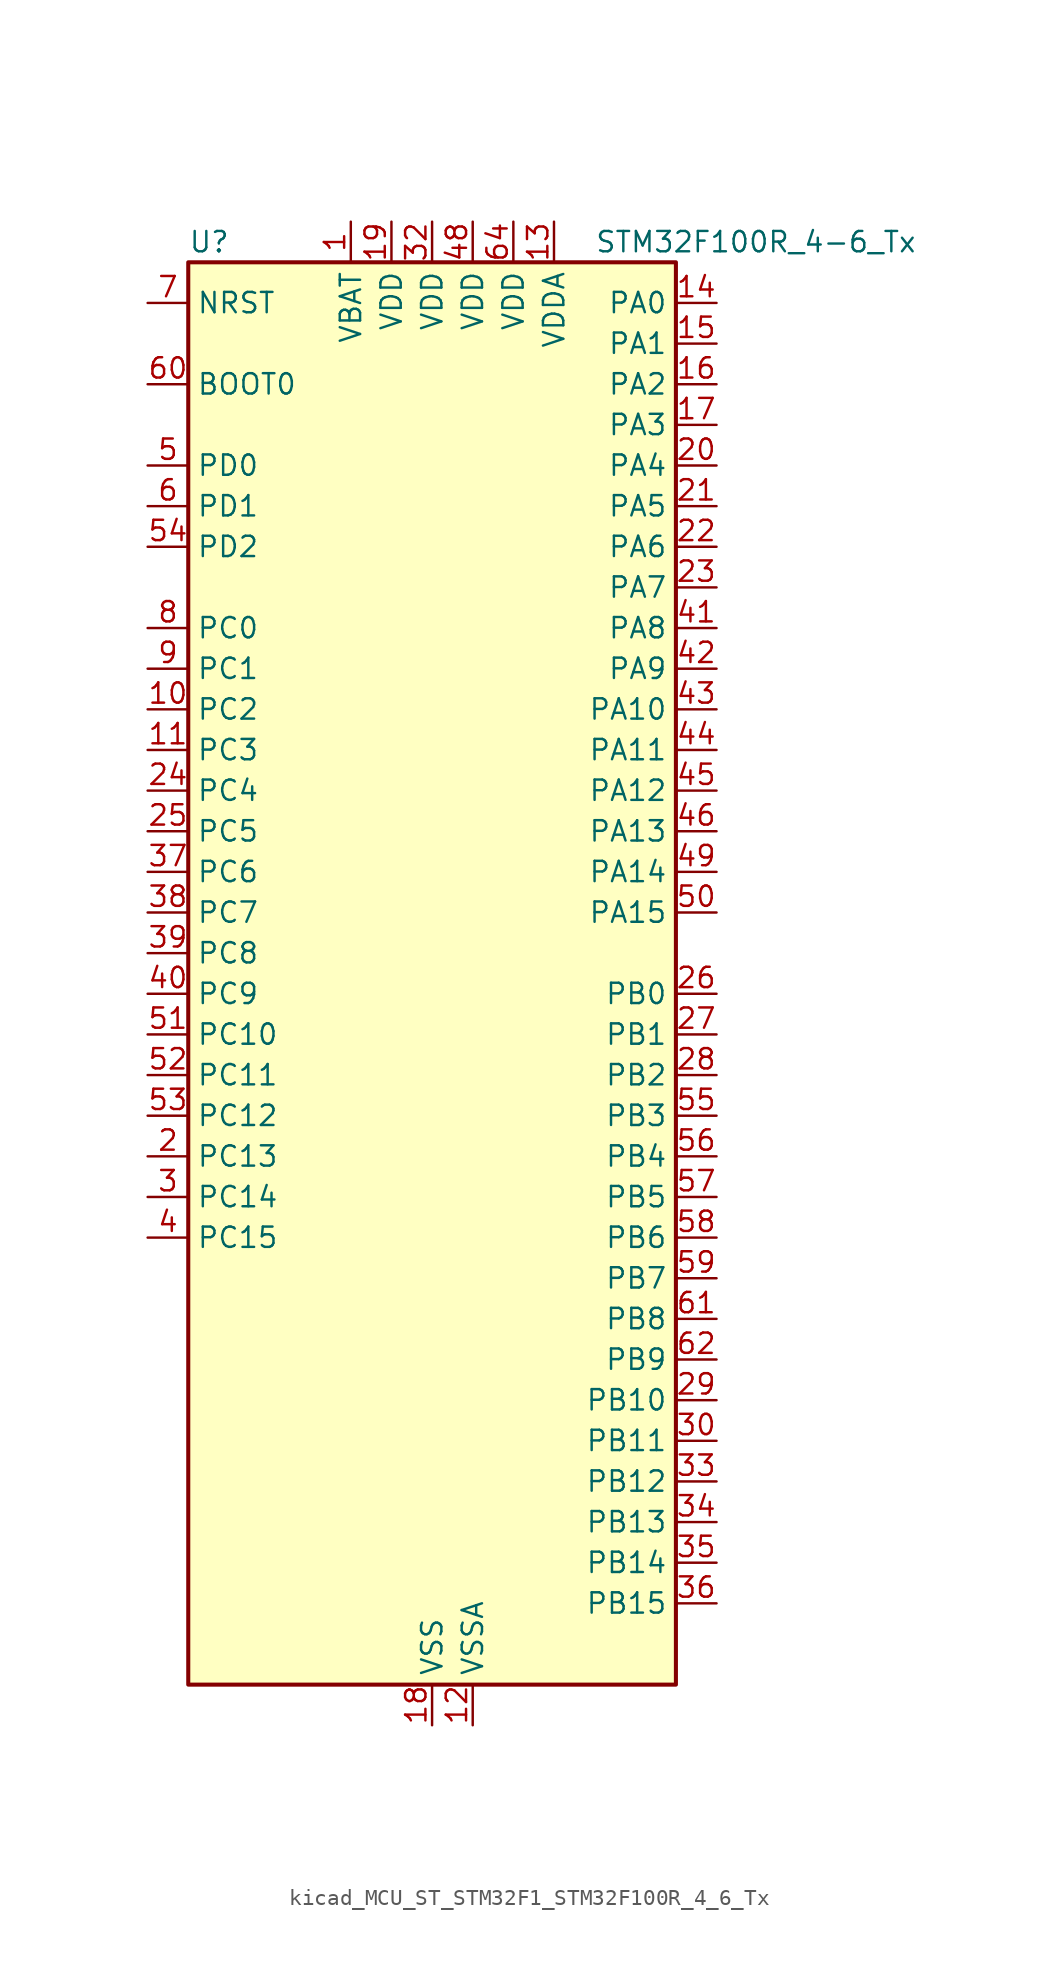
<source format=kicad_sym>
(kicad_symbol_lib
  (version 20220914)
  (generator kicad_symbol_editor)
  (symbol "kicad_MCU_ST_STM32F1_STM32F100R_4_6_Tx"
    (property "Reference" "U"
      (at -15.24 46.99 0)
      (effects (font (size 1.27 1.27)) (justify left)))
    (property "Value" "STM32F100R_4-6_Tx"
      (at 10.16 46.99 0)
      (effects (font (size 1.27 1.27)) (justify left)))
    (property "ki_locked" ""
      (at 0 0 0)
      (effects (font (size 1.27 1.27))))
    (symbol "kicad_MCU_ST_STM32F1_STM32F100R_4_6_Tx_0_1"
      (rectangle (start -15.24 -43.18) (end 15.24 45.72) (stroke (width 0.254) (type default)) (fill (type background))))
    (symbol "kicad_MCU_ST_STM32F1_STM32F100R_4_6_Tx_1_1"
      (pin power_in line (at -5.08 48.26 270) (length 2.54) (name "VBAT" (effects (font (size 1.27 1.27)))) (number "1" (effects (font (size 1.27 1.27)))))
      (pin bidirectional line (at -17.78 17.78 0) (length 2.54) (name "PC2" (effects (font (size 1.27 1.27)))) (number "10" (effects (font (size 1.27 1.27)))) (alternate "ADC1_IN12" bidirectional line))
      (pin bidirectional line (at -17.78 15.24 0) (length 2.54) (name "PC3" (effects (font (size 1.27 1.27)))) (number "11" (effects (font (size 1.27 1.27)))) (alternate "ADC1_IN13" bidirectional line))
      (pin power_in line (at 2.54 -45.72 90) (length 2.54) (name "VSSA" (effects (font (size 1.27 1.27)))) (number "12" (effects (font (size 1.27 1.27)))))
      (pin power_in line (at 7.62 48.26 270) (length 2.54) (name "VDDA" (effects (font (size 1.27 1.27)))) (number "13" (effects (font (size 1.27 1.27)))))
      (pin bidirectional line (at 17.78 43.18 180) (length 2.54) (name "PA0" (effects (font (size 1.27 1.27)))) (number "14" (effects (font (size 1.27 1.27)))) (alternate "ADC1_IN0" bidirectional line) (alternate "SYS_WKUP" bidirectional line) (alternate "TIM2_CH1" bidirectional line) (alternate "TIM2_ETR" bidirectional line) (alternate "USART2_CTS" bidirectional line))
      (pin bidirectional line (at 17.78 40.64 180) (length 2.54) (name "PA1" (effects (font (size 1.27 1.27)))) (number "15" (effects (font (size 1.27 1.27)))) (alternate "ADC1_IN1" bidirectional line) (alternate "TIM2_CH2" bidirectional line) (alternate "USART2_RTS" bidirectional line))
      (pin bidirectional line (at 17.78 38.1 180) (length 2.54) (name "PA2" (effects (font (size 1.27 1.27)))) (number "16" (effects (font (size 1.27 1.27)))) (alternate "ADC1_IN2" bidirectional line) (alternate "TIM15_CH1" bidirectional line) (alternate "TIM2_CH3" bidirectional line) (alternate "USART2_TX" bidirectional line))
      (pin bidirectional line (at 17.78 35.56 180) (length 2.54) (name "PA3" (effects (font (size 1.27 1.27)))) (number "17" (effects (font (size 1.27 1.27)))) (alternate "ADC1_IN3" bidirectional line) (alternate "TIM15_CH2" bidirectional line) (alternate "TIM2_CH4" bidirectional line) (alternate "USART2_RX" bidirectional line))
      (pin power_in line (at 0 -45.72 90) (length 2.54) (name "VSS" (effects (font (size 1.27 1.27)))) (number "18" (effects (font (size 1.27 1.27)))))
      (pin power_in line (at -2.54 48.26 270) (length 2.54) (name "VDD" (effects (font (size 1.27 1.27)))) (number "19" (effects (font (size 1.27 1.27)))))
      (pin bidirectional line (at -17.78 -10.16 0) (length 2.54) (name "PC13" (effects (font (size 1.27 1.27)))) (number "2" (effects (font (size 1.27 1.27)))) (alternate "RTC_OUT" bidirectional line) (alternate "RTC_TAMPER" bidirectional line))
      (pin bidirectional line (at 17.78 33.02 180) (length 2.54) (name "PA4" (effects (font (size 1.27 1.27)))) (number "20" (effects (font (size 1.27 1.27)))) (alternate "ADC1_IN4" bidirectional line) (alternate "DAC_OUT1" bidirectional line) (alternate "SPI1_NSS" bidirectional line) (alternate "USART2_CK" bidirectional line))
      (pin bidirectional line (at 17.78 30.48 180) (length 2.54) (name "PA5" (effects (font (size 1.27 1.27)))) (number "21" (effects (font (size 1.27 1.27)))) (alternate "ADC1_IN5" bidirectional line) (alternate "DAC_OUT2" bidirectional line) (alternate "SPI1_SCK" bidirectional line))
      (pin bidirectional line (at 17.78 27.94 180) (length 2.54) (name "PA6" (effects (font (size 1.27 1.27)))) (number "22" (effects (font (size 1.27 1.27)))) (alternate "ADC1_IN6" bidirectional line) (alternate "SPI1_MISO" bidirectional line) (alternate "TIM16_CH1" bidirectional line) (alternate "TIM1_BKIN" bidirectional line) (alternate "TIM3_CH1" bidirectional line))
      (pin bidirectional line (at 17.78 25.4 180) (length 2.54) (name "PA7" (effects (font (size 1.27 1.27)))) (number "23" (effects (font (size 1.27 1.27)))) (alternate "ADC1_IN7" bidirectional line) (alternate "SPI1_MOSI" bidirectional line) (alternate "TIM17_CH1" bidirectional line) (alternate "TIM1_CH1N" bidirectional line) (alternate "TIM3_CH2" bidirectional line))
      (pin bidirectional line (at -17.78 12.7 0) (length 2.54) (name "PC4" (effects (font (size 1.27 1.27)))) (number "24" (effects (font (size 1.27 1.27)))) (alternate "ADC1_IN14" bidirectional line))
      (pin bidirectional line (at -17.78 10.16 0) (length 2.54) (name "PC5" (effects (font (size 1.27 1.27)))) (number "25" (effects (font (size 1.27 1.27)))) (alternate "ADC1_IN15" bidirectional line))
      (pin bidirectional line (at 17.78 0 180) (length 2.54) (name "PB0" (effects (font (size 1.27 1.27)))) (number "26" (effects (font (size 1.27 1.27)))) (alternate "ADC1_IN8" bidirectional line) (alternate "TIM1_CH2N" bidirectional line) (alternate "TIM3_CH3" bidirectional line))
      (pin bidirectional line (at 17.78 -2.54 180) (length 2.54) (name "PB1" (effects (font (size 1.27 1.27)))) (number "27" (effects (font (size 1.27 1.27)))) (alternate "ADC1_IN9" bidirectional line) (alternate "TIM1_CH3N" bidirectional line) (alternate "TIM3_CH4" bidirectional line))
      (pin bidirectional line (at 17.78 -5.08 180) (length 2.54) (name "PB2" (effects (font (size 1.27 1.27)))) (number "28" (effects (font (size 1.27 1.27)))))
      (pin bidirectional line (at 17.78 -25.4 180) (length 2.54) (name "PB10" (effects (font (size 1.27 1.27)))) (number "29" (effects (font (size 1.27 1.27)))) (alternate "CEC" bidirectional line) (alternate "TIM2_CH3" bidirectional line))
      (pin bidirectional line (at -17.78 -12.7 0) (length 2.54) (name "PC14" (effects (font (size 1.27 1.27)))) (number "3" (effects (font (size 1.27 1.27)))) (alternate "RCC_OSC32_IN" bidirectional line))
      (pin bidirectional line (at 17.78 -27.94 180) (length 2.54) (name "PB11" (effects (font (size 1.27 1.27)))) (number "30" (effects (font (size 1.27 1.27)))) (alternate "ADC1_EXTI11" bidirectional line) (alternate "TIM2_CH4" bidirectional line))
      (pin passive line (at 0 -45.72 90) (length 2.54) hide (name "VSS" (effects (font (size 1.27 1.27)))) (number "31" (effects (font (size 1.27 1.27)))))
      (pin power_in line (at 0 48.26 270) (length 2.54) (name "VDD" (effects (font (size 1.27 1.27)))) (number "32" (effects (font (size 1.27 1.27)))))
      (pin bidirectional line (at 17.78 -30.48 180) (length 2.54) (name "PB12" (effects (font (size 1.27 1.27)))) (number "33" (effects (font (size 1.27 1.27)))) (alternate "TIM1_BKIN" bidirectional line))
      (pin bidirectional line (at 17.78 -33.02 180) (length 2.54) (name "PB13" (effects (font (size 1.27 1.27)))) (number "34" (effects (font (size 1.27 1.27)))) (alternate "TIM1_CH1N" bidirectional line))
      (pin bidirectional line (at 17.78 -35.56 180) (length 2.54) (name "PB14" (effects (font (size 1.27 1.27)))) (number "35" (effects (font (size 1.27 1.27)))) (alternate "TIM15_CH1" bidirectional line) (alternate "TIM1_CH2N" bidirectional line))
      (pin bidirectional line (at 17.78 -38.1 180) (length 2.54) (name "PB15" (effects (font (size 1.27 1.27)))) (number "36" (effects (font (size 1.27 1.27)))) (alternate "ADC1_EXTI15" bidirectional line) (alternate "TIM15_CH1N" bidirectional line) (alternate "TIM15_CH2" bidirectional line) (alternate "TIM1_CH3N" bidirectional line))
      (pin bidirectional line (at -17.78 7.62 0) (length 2.54) (name "PC6" (effects (font (size 1.27 1.27)))) (number "37" (effects (font (size 1.27 1.27)))) (alternate "TIM3_CH1" bidirectional line))
      (pin bidirectional line (at -17.78 5.08 0) (length 2.54) (name "PC7" (effects (font (size 1.27 1.27)))) (number "38" (effects (font (size 1.27 1.27)))) (alternate "TIM3_CH2" bidirectional line))
      (pin bidirectional line (at -17.78 2.54 0) (length 2.54) (name "PC8" (effects (font (size 1.27 1.27)))) (number "39" (effects (font (size 1.27 1.27)))) (alternate "TIM3_CH3" bidirectional line))
      (pin bidirectional line (at -17.78 -15.24 0) (length 2.54) (name "PC15" (effects (font (size 1.27 1.27)))) (number "4" (effects (font (size 1.27 1.27)))) (alternate "ADC1_EXTI15" bidirectional line) (alternate "RCC_OSC32_OUT" bidirectional line))
      (pin bidirectional line (at -17.78 0 0) (length 2.54) (name "PC9" (effects (font (size 1.27 1.27)))) (number "40" (effects (font (size 1.27 1.27)))) (alternate "DAC_EXTI9" bidirectional line) (alternate "TIM3_CH4" bidirectional line))
      (pin bidirectional line (at 17.78 22.86 180) (length 2.54) (name "PA8" (effects (font (size 1.27 1.27)))) (number "41" (effects (font (size 1.27 1.27)))) (alternate "RCC_MCO" bidirectional line) (alternate "TIM1_CH1" bidirectional line) (alternate "USART1_CK" bidirectional line))
      (pin bidirectional line (at 17.78 20.32 180) (length 2.54) (name "PA9" (effects (font (size 1.27 1.27)))) (number "42" (effects (font (size 1.27 1.27)))) (alternate "DAC_EXTI9" bidirectional line) (alternate "TIM15_BKIN" bidirectional line) (alternate "TIM1_CH2" bidirectional line) (alternate "USART1_TX" bidirectional line))
      (pin bidirectional line (at 17.78 17.78 180) (length 2.54) (name "PA10" (effects (font (size 1.27 1.27)))) (number "43" (effects (font (size 1.27 1.27)))) (alternate "TIM17_BKIN" bidirectional line) (alternate "TIM1_CH3" bidirectional line) (alternate "USART1_RX" bidirectional line))
      (pin bidirectional line (at 17.78 15.24 180) (length 2.54) (name "PA11" (effects (font (size 1.27 1.27)))) (number "44" (effects (font (size 1.27 1.27)))) (alternate "ADC1_EXTI11" bidirectional line) (alternate "TIM1_CH4" bidirectional line) (alternate "USART1_CTS" bidirectional line))
      (pin bidirectional line (at 17.78 12.7 180) (length 2.54) (name "PA12" (effects (font (size 1.27 1.27)))) (number "45" (effects (font (size 1.27 1.27)))) (alternate "TIM1_ETR" bidirectional line) (alternate "USART1_RTS" bidirectional line))
      (pin bidirectional line (at 17.78 10.16 180) (length 2.54) (name "PA13" (effects (font (size 1.27 1.27)))) (number "46" (effects (font (size 1.27 1.27)))) (alternate "SYS_JTMS-SWDIO" bidirectional line))
      (pin passive line (at 0 -45.72 90) (length 2.54) hide (name "VSS" (effects (font (size 1.27 1.27)))) (number "47" (effects (font (size 1.27 1.27)))))
      (pin power_in line (at 2.54 48.26 270) (length 2.54) (name "VDD" (effects (font (size 1.27 1.27)))) (number "48" (effects (font (size 1.27 1.27)))))
      (pin bidirectional line (at 17.78 7.62 180) (length 2.54) (name "PA14" (effects (font (size 1.27 1.27)))) (number "49" (effects (font (size 1.27 1.27)))) (alternate "SYS_JTCK-SWCLK" bidirectional line))
      (pin bidirectional line (at -17.78 33.02 0) (length 2.54) (name "PD0" (effects (font (size 1.27 1.27)))) (number "5" (effects (font (size 1.27 1.27)))) (alternate "RCC_OSC_IN" bidirectional line))
      (pin bidirectional line (at 17.78 5.08 180) (length 2.54) (name "PA15" (effects (font (size 1.27 1.27)))) (number "50" (effects (font (size 1.27 1.27)))) (alternate "ADC1_EXTI15" bidirectional line) (alternate "SPI1_NSS" bidirectional line) (alternate "SYS_JTDI" bidirectional line) (alternate "TIM2_CH1" bidirectional line) (alternate "TIM2_ETR" bidirectional line))
      (pin bidirectional line (at -17.78 -2.54 0) (length 2.54) (name "PC10" (effects (font (size 1.27 1.27)))) (number "51" (effects (font (size 1.27 1.27)))))
      (pin bidirectional line (at -17.78 -5.08 0) (length 2.54) (name "PC11" (effects (font (size 1.27 1.27)))) (number "52" (effects (font (size 1.27 1.27)))) (alternate "ADC1_EXTI11" bidirectional line))
      (pin bidirectional line (at -17.78 -7.62 0) (length 2.54) (name "PC12" (effects (font (size 1.27 1.27)))) (number "53" (effects (font (size 1.27 1.27)))))
      (pin bidirectional line (at -17.78 27.94 0) (length 2.54) (name "PD2" (effects (font (size 1.27 1.27)))) (number "54" (effects (font (size 1.27 1.27)))) (alternate "TIM3_ETR" bidirectional line))
      (pin bidirectional line (at 17.78 -7.62 180) (length 2.54) (name "PB3" (effects (font (size 1.27 1.27)))) (number "55" (effects (font (size 1.27 1.27)))) (alternate "SPI1_SCK" bidirectional line) (alternate "SYS_JTDO-TRACESWO" bidirectional line) (alternate "TIM2_CH2" bidirectional line))
      (pin bidirectional line (at 17.78 -10.16 180) (length 2.54) (name "PB4" (effects (font (size 1.27 1.27)))) (number "56" (effects (font (size 1.27 1.27)))) (alternate "SPI1_MISO" bidirectional line) (alternate "SYS_NJTRST" bidirectional line) (alternate "TIM3_CH1" bidirectional line))
      (pin bidirectional line (at 17.78 -12.7 180) (length 2.54) (name "PB5" (effects (font (size 1.27 1.27)))) (number "57" (effects (font (size 1.27 1.27)))) (alternate "I2C1_SMBA" bidirectional line) (alternate "SPI1_MOSI" bidirectional line) (alternate "TIM16_BKIN" bidirectional line) (alternate "TIM3_CH2" bidirectional line))
      (pin bidirectional line (at 17.78 -15.24 180) (length 2.54) (name "PB6" (effects (font (size 1.27 1.27)))) (number "58" (effects (font (size 1.27 1.27)))) (alternate "I2C1_SCL" bidirectional line) (alternate "TIM16_CH1N" bidirectional line) (alternate "USART1_TX" bidirectional line))
      (pin bidirectional line (at 17.78 -17.78 180) (length 2.54) (name "PB7" (effects (font (size 1.27 1.27)))) (number "59" (effects (font (size 1.27 1.27)))) (alternate "I2C1_SDA" bidirectional line) (alternate "TIM17_CH1N" bidirectional line) (alternate "USART1_RX" bidirectional line))
      (pin bidirectional line (at -17.78 30.48 0) (length 2.54) (name "PD1" (effects (font (size 1.27 1.27)))) (number "6" (effects (font (size 1.27 1.27)))) (alternate "RCC_OSC_OUT" bidirectional line))
      (pin input line (at -17.78 38.1 0) (length 2.54) (name "BOOT0" (effects (font (size 1.27 1.27)))) (number "60" (effects (font (size 1.27 1.27)))))
      (pin bidirectional line (at 17.78 -20.32 180) (length 2.54) (name "PB8" (effects (font (size 1.27 1.27)))) (number "61" (effects (font (size 1.27 1.27)))) (alternate "CEC" bidirectional line) (alternate "I2C1_SCL" bidirectional line) (alternate "TIM16_CH1" bidirectional line))
      (pin bidirectional line (at 17.78 -22.86 180) (length 2.54) (name "PB9" (effects (font (size 1.27 1.27)))) (number "62" (effects (font (size 1.27 1.27)))) (alternate "DAC_EXTI9" bidirectional line) (alternate "I2C1_SDA" bidirectional line) (alternate "TIM17_CH1" bidirectional line))
      (pin passive line (at 0 -45.72 90) (length 2.54) hide (name "VSS" (effects (font (size 1.27 1.27)))) (number "63" (effects (font (size 1.27 1.27)))))
      (pin power_in line (at 5.08 48.26 270) (length 2.54) (name "VDD" (effects (font (size 1.27 1.27)))) (number "64" (effects (font (size 1.27 1.27)))))
      (pin input line (at -17.78 43.18 0) (length 2.54) (name "NRST" (effects (font (size 1.27 1.27)))) (number "7" (effects (font (size 1.27 1.27)))))
      (pin bidirectional line (at -17.78 22.86 0) (length 2.54) (name "PC0" (effects (font (size 1.27 1.27)))) (number "8" (effects (font (size 1.27 1.27)))) (alternate "ADC1_IN10" bidirectional line))
      (pin bidirectional line (at -17.78 20.32 0) (length 2.54) (name "PC1" (effects (font (size 1.27 1.27)))) (number "9" (effects (font (size 1.27 1.27)))) (alternate "ADC1_IN11" bidirectional line)))))
</source>
